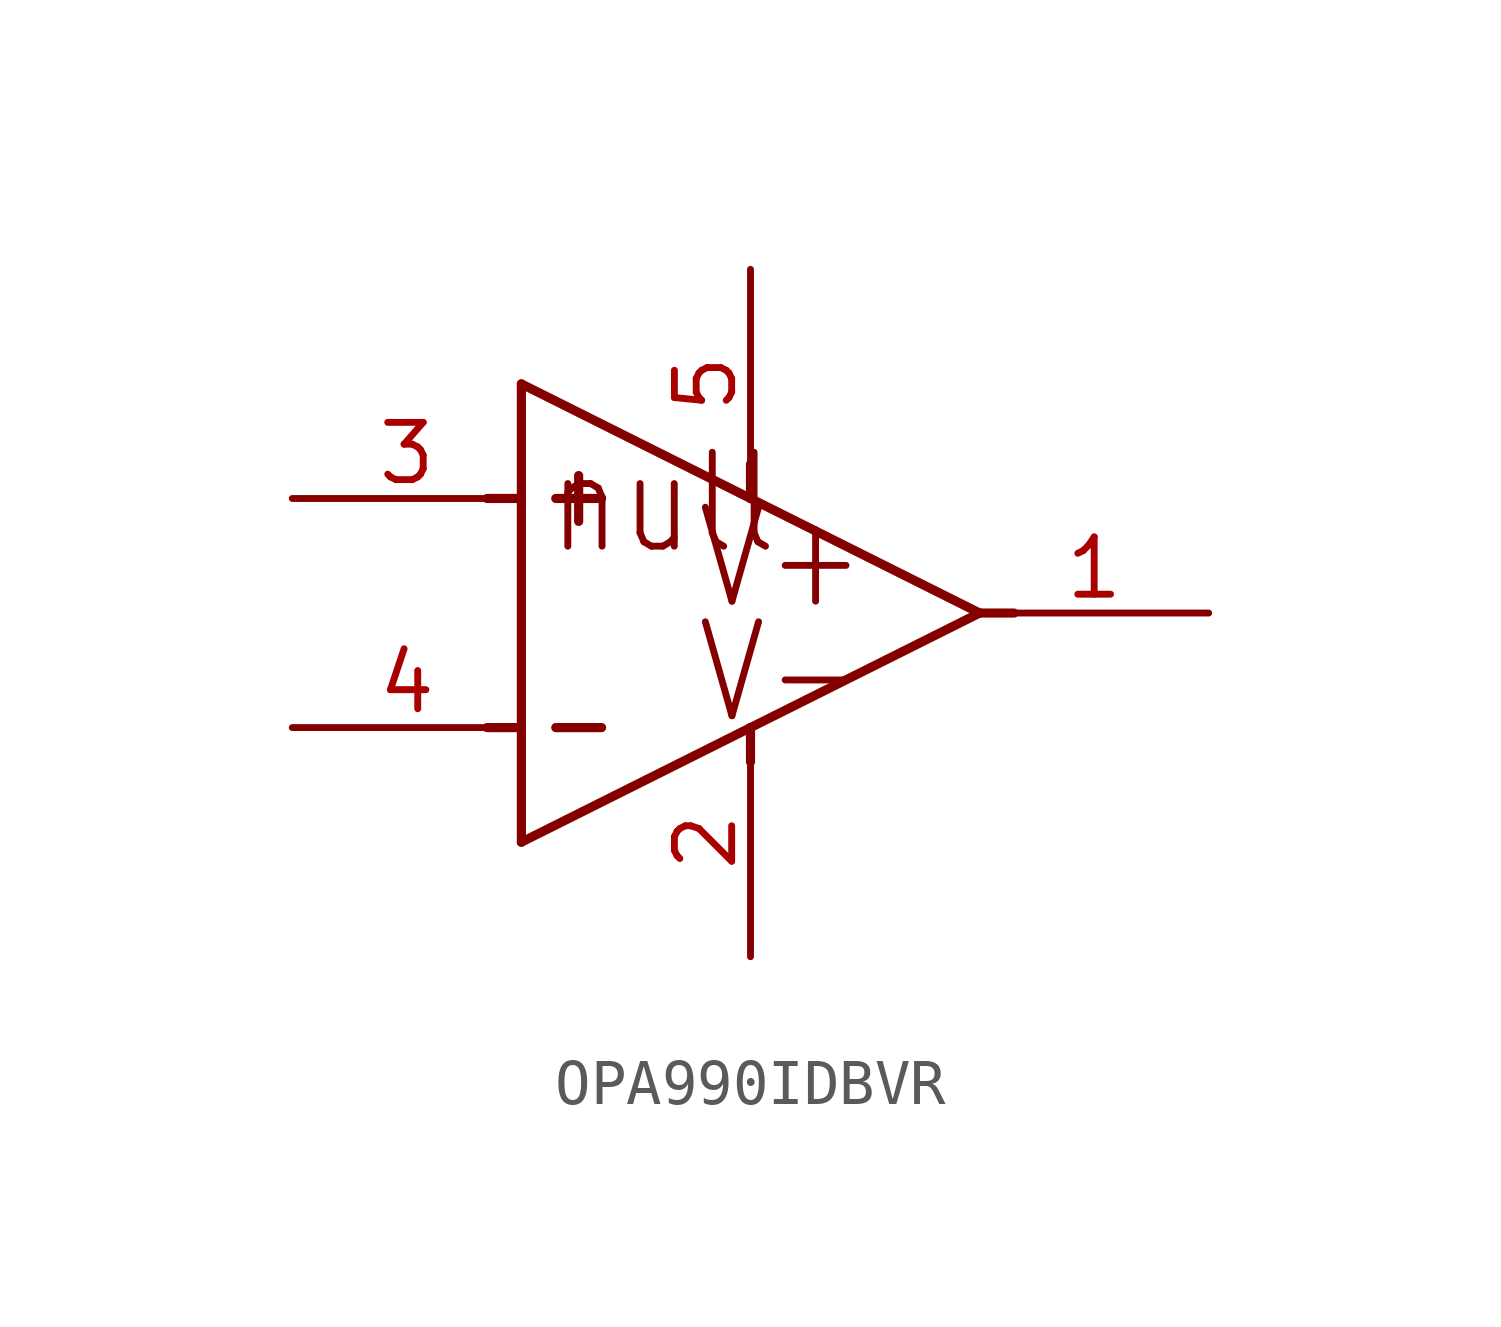
<source format=kicad_sym>
(kicad_symbol_lib
  (version 20231120)
  (generator "kicad_symbol_editor")
  (generator_version "8.0")
  (symbol "OPA990IDBVR"
    (property "Reference" "U"
      (at -4.724 1.499 0)
      (effects (font (size 2.083 1.77)) (justify left bottom) (hide yes)))
    (property "ki_locked" ""
      (at 0 0 0)
      (effects (font (size 1.27 1.27))))
    (symbol "OPA990IDBVR_1_0"
      (polyline (pts (xy 5.08 -7.62) (xy 5.08 -5.08)) (stroke (width 0.203) (type solid)) (fill (type none)))
      (polyline (pts (xy 5.08 -7.62) (xy 10.16 -5.08)) (stroke (width 0.203) (type solid)) (fill (type none)))
      (polyline (pts (xy 5.08 -5.08) (xy 4.318 -5.08)) (stroke (width 0.203) (type solid)) (fill (type none)))
      (polyline (pts (xy 5.08 -5.08) (xy 5.08 0)) (stroke (width 0.203) (type solid)) (fill (type none)))
      (polyline (pts (xy 5.08 0) (xy 4.318 0)) (stroke (width 0.203) (type solid)) (fill (type none)))
      (polyline (pts (xy 5.08 0) (xy 5.08 2.54)) (stroke (width 0.203) (type solid)) (fill (type none)))
      (polyline (pts (xy 5.08 2.54) (xy 10.16 0)) (stroke (width 0.203) (type solid)) (fill (type none)))
      (polyline (pts (xy 6.35 -0.508) (xy 6.35 0.508)) (stroke (width 0.203) (type solid)) (fill (type none)))
      (polyline (pts (xy 6.858 -5.08) (xy 5.842 -5.08)) (stroke (width 0.203) (type solid)) (fill (type none)))
      (polyline (pts (xy 6.858 0) (xy 5.842 0)) (stroke (width 0.203) (type solid)) (fill (type none)))
      (polyline (pts (xy 10.16 -5.08) (xy 10.16 -5.842)) (stroke (width 0.203) (type solid)) (fill (type none)))
      (polyline (pts (xy 10.16 -5.08) (xy 15.24 -2.54)) (stroke (width 0.203) (type solid)) (fill (type none)))
      (polyline (pts (xy 10.16 0) (xy 10.16 0.762)) (stroke (width 0.203) (type solid)) (fill (type none)))
      (polyline (pts (xy 10.16 0) (xy 15.24 -2.54)) (stroke (width 0.203) (type solid)) (fill (type none)))
      (polyline (pts (xy 15.24 -2.54) (xy 16.002 -2.54)) (stroke (width 0.203) (type solid)) (fill (type none)))
      (text "null" (at 5.588 -1.321 0) (effects (font (size 2.083 1.77)) (justify left bottom)))
      (text "V+" (at 8.89 -2.54 0) (effects (font (size 2.083 1.77)) (justify left bottom)))
      (text "V-" (at 8.89 -5.08 0) (effects (font (size 2.083 1.77)) (justify left bottom)))
      (pin passive line (at 20.32 -2.54 180) (length 5.08) (name "OUT" (effects (font (size 0 0)))) (number "1" (effects (font (size 1.27 1.27)))))
      (pin power_in line (at 10.16 -10.16 90) (length 5.08) (name "V-" (effects (font (size 0 0)))) (number "2" (effects (font (size 1.27 1.27)))))
      (pin tri_state line (at 0 0 0) (length 5.08) (name "IN+" (effects (font (size 0 0)))) (number "3" (effects (font (size 1.27 1.27)))))
      (pin tri_state line (at 0 -5.08 0) (length 5.08) (name "IN-" (effects (font (size 0 0)))) (number "4" (effects (font (size 1.27 1.27)))))
      (pin power_in line (at 10.16 5.08 270) (length 5.08) (name "V+" (effects (font (size 0 0)))) (number "5" (effects (font (size 1.27 1.27))))))))
</source>
